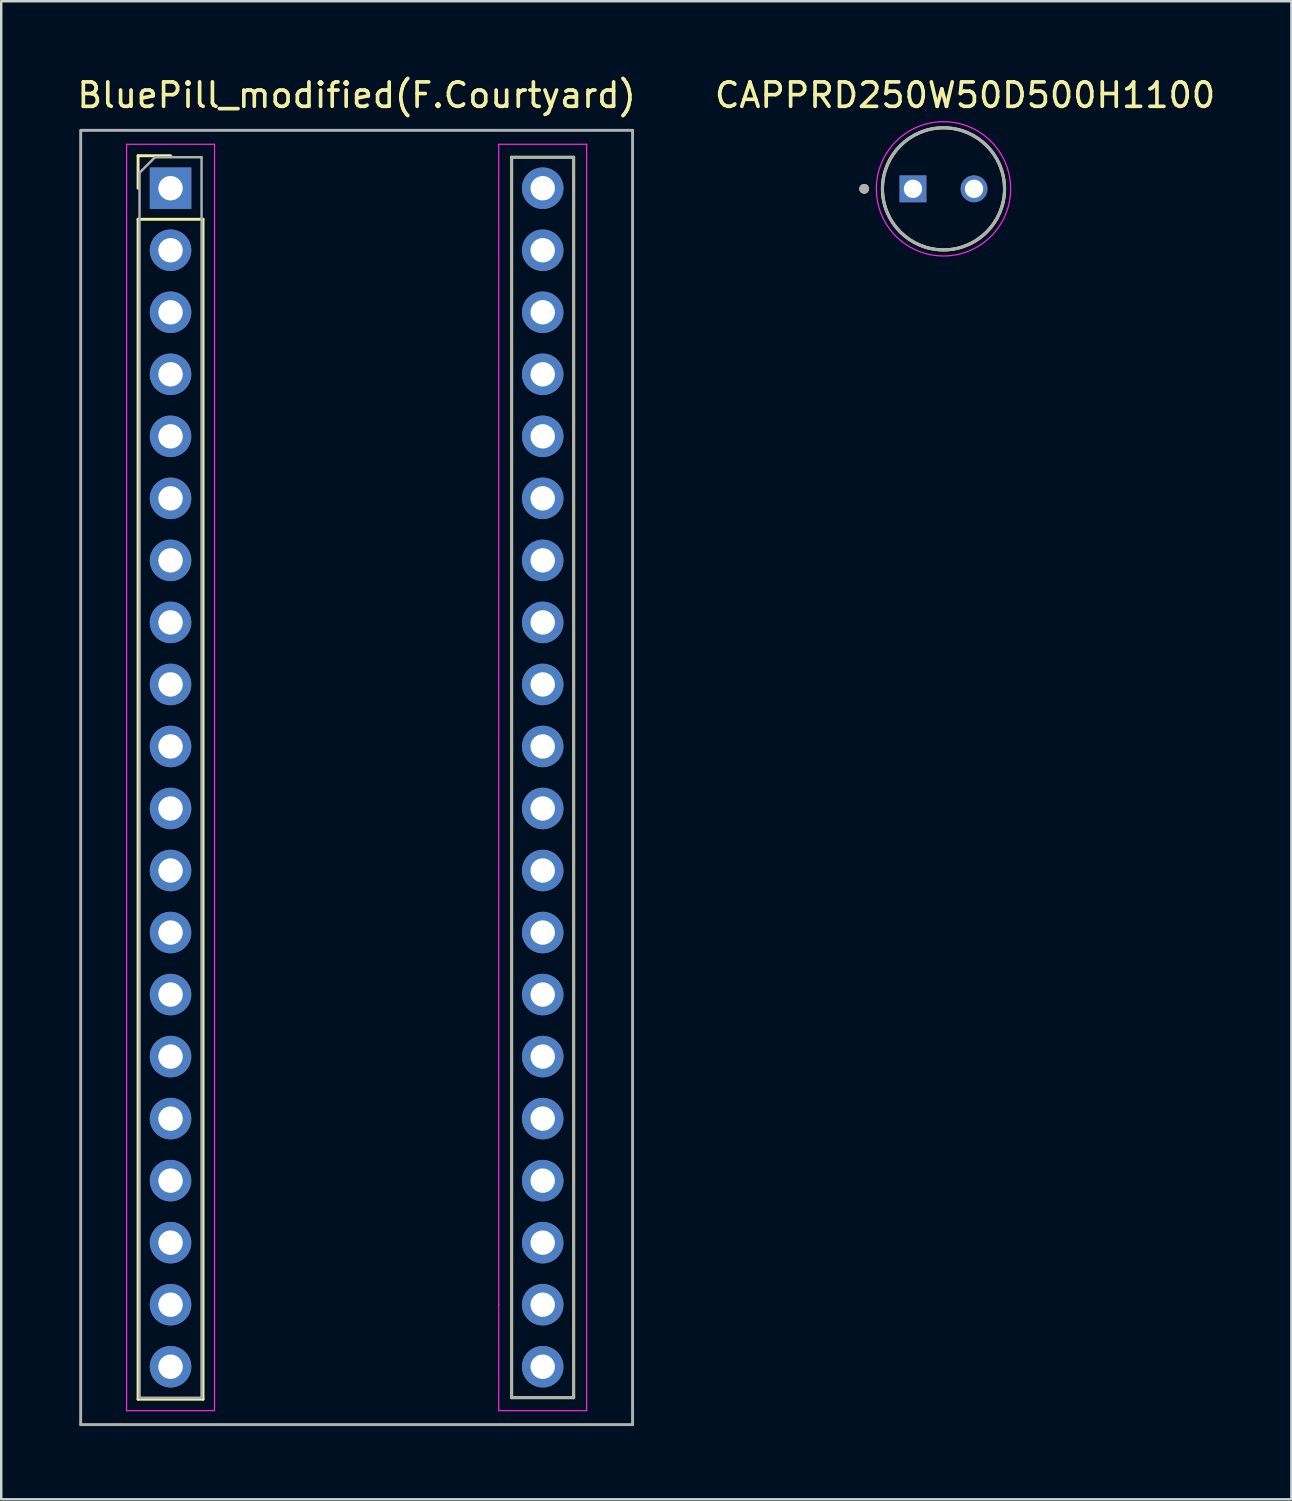
<source format=kicad_pcb>
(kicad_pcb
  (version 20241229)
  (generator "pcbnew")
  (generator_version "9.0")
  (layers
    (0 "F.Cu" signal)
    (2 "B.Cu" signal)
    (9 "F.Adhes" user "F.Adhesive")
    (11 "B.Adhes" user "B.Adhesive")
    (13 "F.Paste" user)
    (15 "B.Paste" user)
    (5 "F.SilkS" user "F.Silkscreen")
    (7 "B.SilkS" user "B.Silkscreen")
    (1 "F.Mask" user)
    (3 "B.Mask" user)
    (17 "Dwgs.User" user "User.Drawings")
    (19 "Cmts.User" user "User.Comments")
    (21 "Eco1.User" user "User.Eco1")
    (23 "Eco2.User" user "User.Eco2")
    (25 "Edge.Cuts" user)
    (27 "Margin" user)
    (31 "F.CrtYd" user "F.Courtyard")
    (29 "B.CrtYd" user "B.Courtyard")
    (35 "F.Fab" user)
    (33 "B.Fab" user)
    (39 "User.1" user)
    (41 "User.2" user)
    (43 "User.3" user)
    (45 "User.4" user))
  (footprint "BluePill_modified(F.Courtyard)"
    (layer "F.Cu")
    (at 3.934 4.658)
    (property "Reference" "BluePill_modified(F.Courtyard)" (at 7.62 -3.81 0) (layer "F.SilkS") (effects (font (size 1 1) (thickness 0.15))))
    (attr through_hole)
    (fp_line (start -1.33 -1.33) (end 0 -1.33) (stroke (width 0.12) (type solid)) (layer "F.SilkS"))
    (fp_line (start -1.33 0) (end -1.33 -1.33) (stroke (width 0.12) (type solid)) (layer "F.SilkS"))
    (fp_line (start -1.33 1.27) (end 1.33 1.27) (stroke (width 0.12) (type solid)) (layer "F.SilkS"))
    (fp_line (start -1.33 49.59) (end -1.33 1.27) (stroke (width 0.12) (type solid)) (layer "F.SilkS"))
    (fp_line (start 1.33 1.27) (end 1.33 49.59) (stroke (width 0.12) (type solid)) (layer "F.SilkS"))
    (fp_line (start 1.33 49.59) (end -1.33 49.59) (stroke (width 0.12) (type solid)) (layer "F.SilkS"))
    (fp_line (start 13.97 -1.27) (end 16.51 -1.27) (stroke (width 0.12) (type solid)) (layer "F.SilkS"))
    (fp_line (start 13.97 49.53) (end 13.97 -1.27) (stroke (width 0.12) (type solid)) (layer "F.SilkS"))
    (fp_line (start 16.51 -1.27) (end 16.51 49.53) (stroke (width 0.12) (type solid)) (layer "F.SilkS"))
    (fp_line (start 16.51 49.53) (end 13.97 49.53) (stroke (width 0.12) (type solid)) (layer "F.SilkS"))
    (fp_line (start -1.8 -1.8) (end -1.8 50.06) (stroke (width 0.05) (type solid)) (layer "F.CrtYd"))
    (fp_line (start -1.8 50.06) (end 1.8 50.06) (stroke (width 0.05) (type solid)) (layer "F.CrtYd"))
    (fp_line (start 1.8 -1.8) (end -1.8 -1.8) (stroke (width 0.05) (type solid)) (layer "F.CrtYd"))
    (fp_line (start 1.8 -1.8) (end 1.8 45.72) (stroke (width 0.05) (type solid)) (layer "F.CrtYd"))
    (fp_line (start 1.8 45.72) (end 1.8 50.06) (stroke (width 0.05) (type solid)) (layer "F.CrtYd"))
    (fp_line (start 13.44 -1.8) (end 13.44 45.72) (stroke (width 0.05) (type solid)) (layer "F.CrtYd"))
    (fp_line (start 13.44 -1.8) (end 17.04 -1.8) (stroke (width 0.05) (type solid)) (layer "F.CrtYd"))
    (fp_line (start 13.44 45.72) (end 13.44 50.06) (stroke (width 0.05) (type solid)) (layer "F.CrtYd"))
    (fp_line (start 17.04 -1.8) (end 17.04 50.06) (stroke (width 0.05) (type solid)) (layer "F.CrtYd"))
    (fp_line (start 17.04 50.06) (end 13.44 50.06) (stroke (width 0.05) (type solid)) (layer "F.CrtYd"))
    (fp_line (start -3.68 -2.37) (end 18.92 -2.37) (stroke (width 0.12) (type solid)) (layer "F.Fab"))
    (fp_line (start -3.68 50.63) (end -3.68 -2.32) (stroke (width 0.12) (type solid)) (layer "F.Fab"))
    (fp_line (start -3.68 50.63) (end 18.92 50.63) (stroke (width 0.12) (type solid)) (layer "F.Fab"))
    (fp_line (start -1.27 -0.635) (end -0.635 -1.27) (stroke (width 0.1) (type solid)) (layer "F.Fab"))
    (fp_line (start -1.27 49.53) (end -1.27 -0.635) (stroke (width 0.1) (type solid)) (layer "F.Fab"))
    (fp_line (start -0.635 -1.27) (end 1.27 -1.27) (stroke (width 0.1) (type solid)) (layer "F.Fab"))
    (fp_line (start 1.27 -1.27) (end 1.27 49.53) (stroke (width 0.1) (type solid)) (layer "F.Fab"))
    (fp_line (start 1.27 49.53) (end -1.27 49.53) (stroke (width 0.1) (type solid)) (layer "F.Fab"))
    (fp_line (start 13.97 -1.27) (end 16.51 -1.27) (stroke (width 0.1) (type solid)) (layer "F.Fab"))
    (fp_line (start 13.97 49.53) (end 13.97 -1.27) (stroke (width 0.1) (type solid)) (layer "F.Fab"))
    (fp_line (start 16.51 -1.27) (end 16.51 49.53) (stroke (width 0.1) (type solid)) (layer "F.Fab"))
    (fp_line (start 16.51 49.53) (end 13.97 49.53) (stroke (width 0.1) (type solid)) (layer "F.Fab"))
    (fp_line (start 18.92 -2.37) (end 18.92 50.63) (stroke (width 0.12) (type solid)) (layer "F.Fab"))
    (pad "1" thru_hole rect (at 0 0) (size 1.7 1.7) (drill 1) (layers "*.Cu" "*.Mask"))
    (pad "2" thru_hole circle (at 0 2.54) (size 1.7 1.7) (drill 1) (layers "*.Cu" "*.Mask"))
    (pad "3" thru_hole circle (at 0 5.08) (size 1.7 1.7) (drill 1) (layers "*.Cu" "*.Mask"))
    (pad "4" thru_hole circle (at 0 7.62) (size 1.7 1.7) (drill 1) (layers "*.Cu" "*.Mask"))
    (pad "5" thru_hole circle (at 0 10.16) (size 1.7 1.7) (drill 1) (layers "*.Cu" "*.Mask"))
    (pad "6" thru_hole circle (at 0 12.7) (size 1.7 1.7) (drill 1) (layers "*.Cu" "*.Mask"))
    (pad "7" thru_hole circle (at 0 15.24) (size 1.7 1.7) (drill 1) (layers "*.Cu" "*.Mask"))
    (pad "8" thru_hole circle (at 0 17.78) (size 1.7 1.7) (drill 1) (layers "*.Cu" "*.Mask"))
    (pad "9" thru_hole circle (at 0 20.32) (size 1.7 1.7) (drill 1) (layers "*.Cu" "*.Mask"))
    (pad "10" thru_hole circle (at 0 22.86) (size 1.7 1.7) (drill 1) (layers "*.Cu" "*.Mask"))
    (pad "11" thru_hole circle (at 0 25.4) (size 1.7 1.7) (drill 1) (layers "*.Cu" "*.Mask"))
    (pad "12" thru_hole circle (at 0 27.94) (size 1.7 1.7) (drill 1) (layers "*.Cu" "*.Mask"))
    (pad "13" thru_hole circle (at 0 30.48) (size 1.7 1.7) (drill 1) (layers "*.Cu" "*.Mask"))
    (pad "14" thru_hole circle (at 0 33.02) (size 1.7 1.7) (drill 1) (layers "*.Cu" "*.Mask"))
    (pad "15" thru_hole circle (at 0 35.56) (size 1.7 1.7) (drill 1) (layers "*.Cu" "*.Mask"))
    (pad "16" thru_hole circle (at 0 38.1) (size 1.7 1.7) (drill 1) (layers "*.Cu" "*.Mask"))
    (pad "17" thru_hole circle (at 0 40.64) (size 1.7 1.7) (drill 1) (layers "*.Cu" "*.Mask"))
    (pad "18" thru_hole circle (at 0 43.18) (size 1.7 1.7) (drill 1) (layers "*.Cu" "*.Mask"))
    (pad "19" thru_hole circle (at 0 45.72) (size 1.7 1.7) (drill 1) (layers "*.Cu" "*.Mask"))
    (pad "20" thru_hole circle (at 0 48.26) (size 1.7 1.7) (drill 1) (layers "*.Cu" "*.Mask"))
    (pad "21" thru_hole circle (at 15.24 48.26) (size 1.7 1.7) (drill 1) (layers "*.Cu" "*.Mask"))
    (pad "22" thru_hole circle (at 15.24 45.72) (size 1.7 1.7) (drill 1) (layers "*.Cu" "*.Mask"))
    (pad "23" thru_hole circle (at 15.24 43.18) (size 1.7 1.7) (drill 1) (layers "*.Cu" "*.Mask"))
    (pad "24" thru_hole circle (at 15.24 40.64) (size 1.7 1.7) (drill 1) (layers "*.Cu" "*.Mask"))
    (pad "25" thru_hole circle (at 15.24 38.1) (size 1.7 1.7) (drill 1) (layers "*.Cu" "*.Mask"))
    (pad "26" thru_hole circle (at 15.24 35.56) (size 1.7 1.7) (drill 1) (layers "*.Cu" "*.Mask"))
    (pad "27" thru_hole circle (at 15.24 33.02) (size 1.7 1.7) (drill 1) (layers "*.Cu" "*.Mask"))
    (pad "28" thru_hole circle (at 15.24 30.48) (size 1.7 1.7) (drill 1) (layers "*.Cu" "*.Mask"))
    (pad "29" thru_hole circle (at 15.24 27.94) (size 1.7 1.7) (drill 1) (layers "*.Cu" "*.Mask"))
    (pad "30" thru_hole circle (at 15.24 25.4) (size 1.7 1.7) (drill 1) (layers "*.Cu" "*.Mask"))
    (pad "31" thru_hole circle (at 15.24 22.86) (size 1.7 1.7) (drill 1) (layers "*.Cu" "*.Mask"))
    (pad "32" thru_hole circle (at 15.24 20.32) (size 1.7 1.7) (drill 1) (layers "*.Cu" "*.Mask"))
    (pad "33" thru_hole circle (at 15.24 17.78) (size 1.7 1.7) (drill 1) (layers "*.Cu" "*.Mask"))
    (pad "34" thru_hole circle (at 15.24 15.24) (size 1.7 1.7) (drill 1) (layers "*.Cu" "*.Mask"))
    (pad "35" thru_hole circle (at 15.24 12.7) (size 1.7 1.7) (drill 1) (layers "*.Cu" "*.Mask"))
    (pad "36" thru_hole circle (at 15.24 10.16) (size 1.7 1.7) (drill 1) (layers "*.Cu" "*.Mask"))
    (pad "37" thru_hole circle (at 15.24 7.62) (size 1.7 1.7) (drill 1) (layers "*.Cu" "*.Mask"))
    (pad "38" thru_hole circle (at 15.24 5.08) (size 1.7 1.7) (drill 1) (layers "*.Cu" "*.Mask"))
    (pad "39" thru_hole circle (at 15.24 2.54) (size 1.7 1.7) (drill 1) (layers "*.Cu" "*.Mask"))
    (pad "40" thru_hole circle (at 15.24 0) (size 1.7 1.7) (drill 1) (layers "*.Cu" "*.Mask")))
  (footprint "CAPPRD250W50D500H1100"
    (layer "F.Cu")
    (at 35.587 4.683)
    (property "Reference" "CAPPRD250W50D500H1100" (at 0.883 -3.835 0) (layer "F.SilkS") (effects (font (size 1 1) (thickness 0.15))))
    (attr through_hole)
    (fp_circle (center -3.25 0) (end -3.15 0) (stroke (width 0.2) (type solid)) (fill no) (layer "F.SilkS"))
    (fp_circle (center 0 0) (end 2.5 0) (stroke (width 0.127) (type solid)) (fill no) (layer "F.SilkS"))
    (fp_circle (center 0 0) (end 2.75 0) (stroke (width 0.05) (type solid)) (fill no) (layer "F.CrtYd"))
    (fp_circle (center -3.25 0) (end -3.15 0) (stroke (width 0.2) (type solid)) (fill no) (layer "F.Fab"))
    (fp_circle (center 0 0) (end 2.5 0) (stroke (width 0.127) (type solid)) (fill no) (layer "F.Fab"))
    (pad "N" thru_hole circle (at 1.25 0) (size 1.1 1.1) (drill 0.75) (layers "*.Cu" "*.Mask"))
    (pad "P" thru_hole rect (at -1.25 0) (size 1.1 1.1) (drill 0.75) (layers "*.Cu" "*.Mask")))
  (gr_rect
    (start -3 -3)
    (end 49.833 58.348)
    (stroke (width 0.1) (type default))
    (fill no)
    (layer "Edge.Cuts")))
</source>
